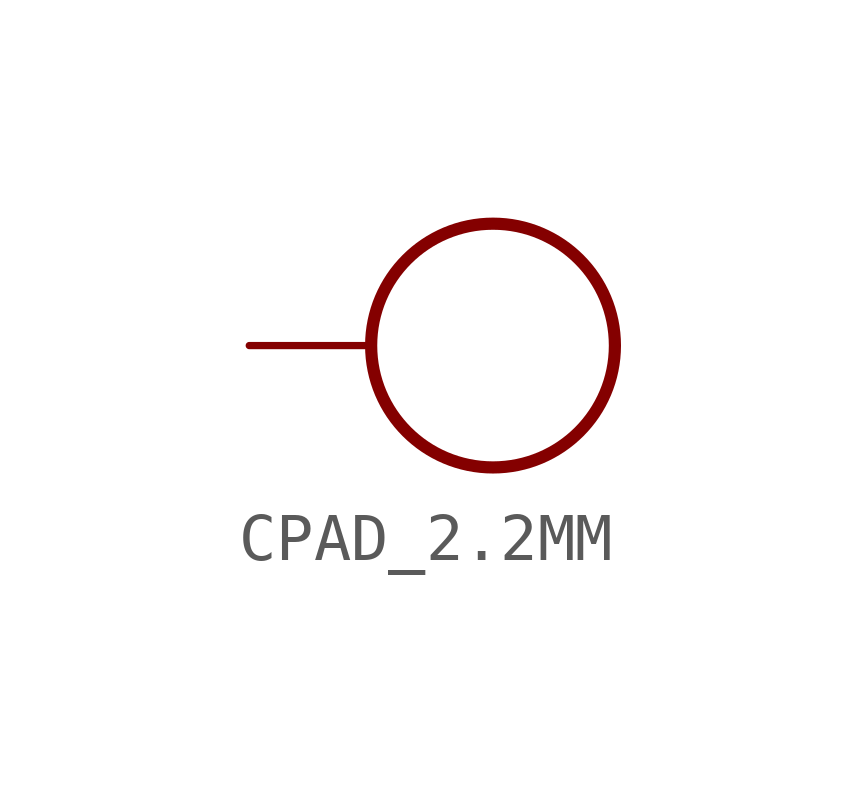
<source format=kicad_sym>
(kicad_symbol_lib
  (version 20211014)
  (generator kicad_symbol_editor)
  (symbol "CPAD_2.2MM"
    (power)
    (property "Reference" ""
      (at 0 0 0)
      (effects (font (size 1.27 1.27)) hide))
    (property "ki_locked" ""
      (at 0 0 0)
      (effects (font (size 1.27 1.27))))
    (symbol "CPAD_2.2MM_1_0"
      (circle (center 0 0) (radius 2.54) (stroke (width 0.254) (type default) (color 0 0 0 0)) (fill (type none)))
      (pin power_in line (at -5.08 0 0) (length 2.54) (name "P$1" (effects (font (size 0 0)))) (number "EP" (effects (font (size 0 0))))))))
</source>
